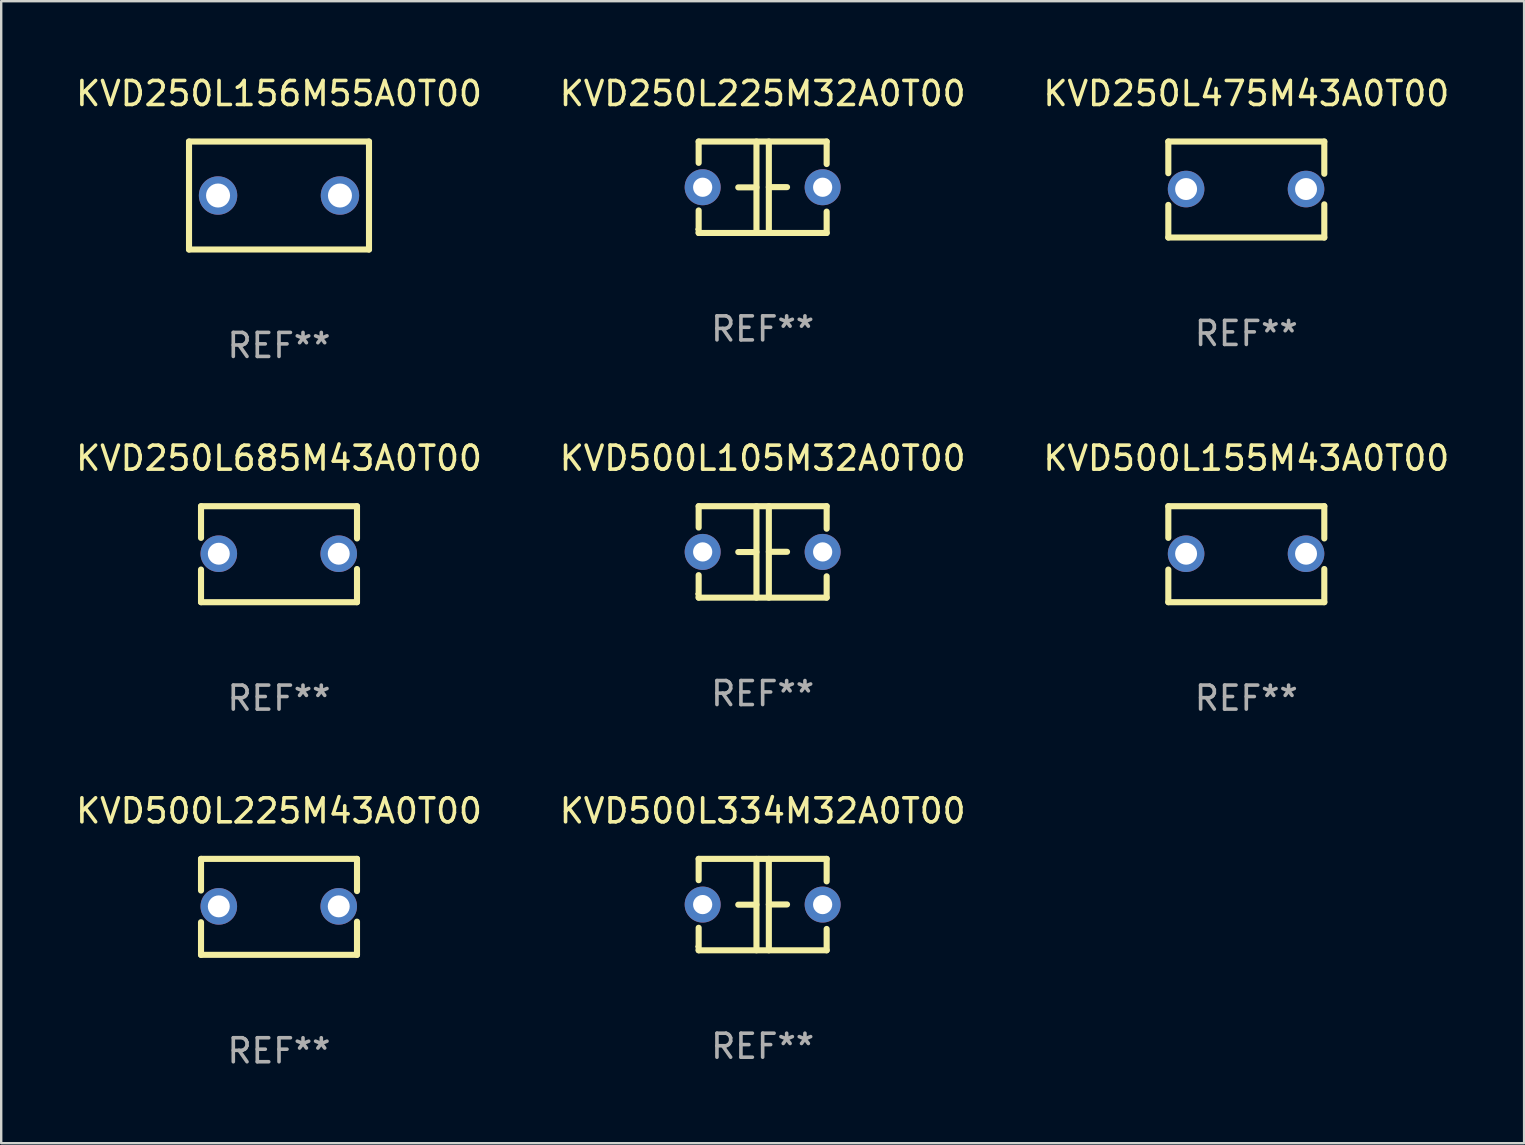
<source format=kicad_pcb>
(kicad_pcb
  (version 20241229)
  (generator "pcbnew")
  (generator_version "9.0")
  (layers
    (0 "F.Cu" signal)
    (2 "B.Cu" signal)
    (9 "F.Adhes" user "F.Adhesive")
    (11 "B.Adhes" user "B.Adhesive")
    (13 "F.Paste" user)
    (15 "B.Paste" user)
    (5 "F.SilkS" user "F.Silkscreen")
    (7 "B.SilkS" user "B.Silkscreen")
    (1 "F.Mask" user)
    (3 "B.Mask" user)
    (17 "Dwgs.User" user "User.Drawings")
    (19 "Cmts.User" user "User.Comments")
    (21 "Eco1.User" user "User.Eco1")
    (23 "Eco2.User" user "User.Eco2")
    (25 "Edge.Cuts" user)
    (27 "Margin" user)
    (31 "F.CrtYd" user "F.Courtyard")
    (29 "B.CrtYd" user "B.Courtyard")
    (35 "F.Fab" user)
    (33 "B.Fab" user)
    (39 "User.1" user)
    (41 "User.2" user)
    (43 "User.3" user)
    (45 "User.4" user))
  (footprint "KVD250L475M43A0T00"
    (layer "F.Cu")
    (at 48.887 4.848)
    (property "Reference" "KVD250L475M43A0T00" (at 0 -4 0) (layer "F.SilkS") (effects (font (size 1 1) (thickness 0.15))))
    (attr through_hole)
    (fp_line (start -3.25 -2) (end -3.25 -0.68) (stroke (width 0.254) (type solid)) (layer "F.SilkS"))
    (fp_line (start -3.25 -2) (end 3.25 -2) (stroke (width 0.254) (type solid)) (layer "F.SilkS"))
    (fp_line (start -3.25 0.64) (end -3.25 2) (stroke (width 0.254) (type solid)) (layer "F.SilkS"))
    (fp_line (start 3.25 -2) (end 3.25 -0.657) (stroke (width 0.254) (type solid)) (layer "F.SilkS"))
    (fp_line (start 3.25 0.617) (end 3.25 2) (stroke (width 0.254) (type solid)) (layer "F.SilkS"))
    (fp_line (start 3.25 2) (end -3.25 2) (stroke (width 0.254) (type solid)) (layer "F.SilkS"))
    (fp_circle (center -3.26 1.98) (end -3.23 1.98) (stroke (width 0.06) (type solid)) (fill no) (layer "F.SilkS"))
    (fp_text user "REF**" (at 0 6 0) (layer "F.Fab") (effects (font (size 1 1) (thickness 0.15))))
    (pad "1" thru_hole circle (at -2.509 -0.02) (size 1.524 1.524) (drill 0.914) (layers "*.Cu" "*.Mask"))
    (pad "2" thru_hole circle (at 2.489 -0.02) (size 1.524 1.524) (drill 0.914) (layers "*.Cu" "*.Mask")))
  (footprint "KVD500L155M43A0T00"
    (layer "F.Cu")
    (at 48.887 20.045)
    (property "Reference" "KVD500L155M43A0T00" (at 0 -4 0) (layer "F.SilkS") (effects (font (size 1 1) (thickness 0.15))))
    (attr through_hole)
    (fp_line (start -3.25 -2) (end -3.25 -0.68) (stroke (width 0.254) (type solid)) (layer "F.SilkS"))
    (fp_line (start -3.25 -2) (end 3.25 -2) (stroke (width 0.254) (type solid)) (layer "F.SilkS"))
    (fp_line (start -3.25 0.64) (end -3.25 2) (stroke (width 0.254) (type solid)) (layer "F.SilkS"))
    (fp_line (start 3.25 -2) (end 3.25 -0.657) (stroke (width 0.254) (type solid)) (layer "F.SilkS"))
    (fp_line (start 3.25 0.617) (end 3.25 2) (stroke (width 0.254) (type solid)) (layer "F.SilkS"))
    (fp_line (start 3.25 2) (end -3.25 2) (stroke (width 0.254) (type solid)) (layer "F.SilkS"))
    (fp_circle (center -3.26 1.98) (end -3.23 1.98) (stroke (width 0.06) (type solid)) (fill no) (layer "F.SilkS"))
    (fp_text user "REF**" (at 0 6 0) (layer "F.Fab") (effects (font (size 1 1) (thickness 0.15))))
    (pad "1" thru_hole circle (at -2.509 -0.02) (size 1.524 1.524) (drill 0.914) (layers "*.Cu" "*.Mask"))
    (pad "2" thru_hole circle (at 2.489 -0.02) (size 1.524 1.524) (drill 0.914) (layers "*.Cu" "*.Mask")))
  (footprint "KVD500L105M32A0T00"
    (layer "F.Cu")
    (at 28.732 19.95)
    (property "Reference" "KVD500L105M32A0T00" (at 0 -3.905 0) (layer "F.SilkS") (effects (font (size 1 1) (thickness 0.15))))
    (attr through_hole)
    (fp_line (start -2.667 -1.905) (end -2.667 -1.016) (stroke (width 0.254) (type solid)) (layer "F.SilkS"))
    (fp_line (start -2.667 0.967) (end -2.667 1.905) (stroke (width 0.254) (type solid)) (layer "F.SilkS"))
    (fp_line (start -2.667 1.905) (end 2.667 1.905) (stroke (width 0.254) (type solid)) (layer "F.SilkS"))
    (fp_line (start -0.258 0.005) (end -1.016 0.005) (stroke (width 0.254) (type solid)) (layer "F.SilkS"))
    (fp_line (start -0.258 1.905) (end -0.258 -1.905) (stroke (width 0.254) (type solid)) (layer "F.SilkS"))
    (fp_line (start 0.258 -1.905) (end 0.258 1.905) (stroke (width 0.254) (type solid)) (layer "F.SilkS"))
    (fp_line (start 0.258 -0.005) (end 1.016 -0.005) (stroke (width 0.254) (type solid)) (layer "F.SilkS"))
    (fp_line (start 2.667 -1.905) (end -2.667 -1.905) (stroke (width 0.254) (type solid)) (layer "F.SilkS"))
    (fp_line (start 2.667 -0.967) (end 2.667 -1.905) (stroke (width 0.254) (type solid)) (layer "F.SilkS"))
    (fp_line (start 2.667 1.905) (end 2.667 1.016) (stroke (width 0.254) (type solid)) (layer "F.SilkS"))
    (fp_circle (center -2.75 1.75) (end -2.72 1.75) (stroke (width 0.06) (type solid)) (fill no) (layer "F.SilkS"))
    (fp_text user "REF**" (at 0 5.905 0) (layer "F.Fab") (effects (font (size 1 1) (thickness 0.15))))
    (pad "1" thru_hole circle (at -2.5 0) (size 1.5 1.5) (drill 0.8) (layers "*.Cu" "*.Mask"))
    (pad "2" thru_hole circle (at 2.5 0) (size 1.5 1.5) (drill 0.8) (layers "*.Cu" "*.Mask")))
  (footprint "KVD500L225M43A0T00"
    (layer "F.Cu")
    (at 8.577 34.741)
    (property "Reference" "KVD500L225M43A0T00" (at 0 -4 0) (layer "F.SilkS") (effects (font (size 1 1) (thickness 0.15))))
    (attr through_hole)
    (fp_line (start -3.25 -2) (end -3.25 -0.68) (stroke (width 0.254) (type solid)) (layer "F.SilkS"))
    (fp_line (start -3.25 -2) (end 3.25 -2) (stroke (width 0.254) (type solid)) (layer "F.SilkS"))
    (fp_line (start -3.25 0.64) (end -3.25 2) (stroke (width 0.254) (type solid)) (layer "F.SilkS"))
    (fp_line (start 3.25 -2) (end 3.25 -0.657) (stroke (width 0.254) (type solid)) (layer "F.SilkS"))
    (fp_line (start 3.25 0.617) (end 3.25 2) (stroke (width 0.254) (type solid)) (layer "F.SilkS"))
    (fp_line (start 3.25 2) (end -3.25 2) (stroke (width 0.254) (type solid)) (layer "F.SilkS"))
    (fp_circle (center -3.26 1.98) (end -3.23 1.98) (stroke (width 0.06) (type solid)) (fill no) (layer "F.SilkS"))
    (fp_text user "REF**" (at 0 6 0) (layer "F.Fab") (effects (font (size 1 1) (thickness 0.15))))
    (pad "1" thru_hole circle (at -2.509 -0.02) (size 1.524 1.524) (drill 0.914) (layers "*.Cu" "*.Mask"))
    (pad "2" thru_hole circle (at 2.489 -0.02) (size 1.524 1.524) (drill 0.914) (layers "*.Cu" "*.Mask")))
  (footprint "KVD250L685M43A0T00"
    (layer "F.Cu")
    (at 8.577 20.045)
    (property "Reference" "KVD250L685M43A0T00" (at 0 -4 0) (layer "F.SilkS") (effects (font (size 1 1) (thickness 0.15))))
    (attr through_hole)
    (fp_line (start -3.25 -2) (end -3.25 -0.68) (stroke (width 0.254) (type solid)) (layer "F.SilkS"))
    (fp_line (start -3.25 -2) (end 3.25 -2) (stroke (width 0.254) (type solid)) (layer "F.SilkS"))
    (fp_line (start -3.25 0.64) (end -3.25 2) (stroke (width 0.254) (type solid)) (layer "F.SilkS"))
    (fp_line (start 3.25 -2) (end 3.25 -0.657) (stroke (width 0.254) (type solid)) (layer "F.SilkS"))
    (fp_line (start 3.25 0.617) (end 3.25 2) (stroke (width 0.254) (type solid)) (layer "F.SilkS"))
    (fp_line (start 3.25 2) (end -3.25 2) (stroke (width 0.254) (type solid)) (layer "F.SilkS"))
    (fp_circle (center -3.26 1.98) (end -3.23 1.98) (stroke (width 0.06) (type solid)) (fill no) (layer "F.SilkS"))
    (fp_text user "REF**" (at 0 6 0) (layer "F.Fab") (effects (font (size 1 1) (thickness 0.15))))
    (pad "1" thru_hole circle (at -2.509 -0.02) (size 1.524 1.524) (drill 0.914) (layers "*.Cu" "*.Mask"))
    (pad "2" thru_hole circle (at 2.489 -0.02) (size 1.524 1.524) (drill 0.914) (layers "*.Cu" "*.Mask")))
  (footprint "KVD250L156M55A0T00"
    (layer "F.Cu")
    (at 8.577 5.098)
    (property "Reference" "KVD250L156M55A0T00" (at 0 -4.25 0) (layer "F.SilkS") (effects (font (size 1 1) (thickness 0.15))))
    (attr through_hole)
    (fp_line (start -3.75 -2.25) (end -3.75 2.25) (stroke (width 0.254) (type solid)) (layer "F.SilkS"))
    (fp_line (start -3.75 -2.25) (end 3.75 -2.25) (stroke (width 0.254) (type solid)) (layer "F.SilkS"))
    (fp_line (start 3.75 -2.25) (end 3.75 2.25) (stroke (width 0.254) (type solid)) (layer "F.SilkS"))
    (fp_line (start 3.75 2.25) (end -3.75 2.25) (stroke (width 0.254) (type solid)) (layer "F.SilkS"))
    (fp_circle (center -3.75 2.25) (end -3.72 2.25) (stroke (width 0.06) (type solid)) (fill no) (layer "F.SilkS"))
    (fp_text user "REF**" (at 0 6.25 0) (layer "F.Fab") (effects (font (size 1 1) (thickness 0.15))))
    (pad "1" thru_hole circle (at -2.54 0) (size 1.6 1.6) (drill 1) (layers "*.Cu" "*.Mask"))
    (pad "2" thru_hole circle (at 2.54 0) (size 1.6 1.6) (drill 1) (layers "*.Cu" "*.Mask")))
  (footprint "KVD250L225M32A0T00"
    (layer "F.Cu")
    (at 28.732 4.753)
    (property "Reference" "KVD250L225M32A0T00" (at 0 -3.905 0) (layer "F.SilkS") (effects (font (size 1 1) (thickness 0.15))))
    (attr through_hole)
    (fp_line (start -2.667 -1.905) (end -2.667 -1.016) (stroke (width 0.254) (type solid)) (layer "F.SilkS"))
    (fp_line (start -2.667 0.967) (end -2.667 1.905) (stroke (width 0.254) (type solid)) (layer "F.SilkS"))
    (fp_line (start -2.667 1.905) (end 2.667 1.905) (stroke (width 0.254) (type solid)) (layer "F.SilkS"))
    (fp_line (start -0.258 0.005) (end -1.016 0.005) (stroke (width 0.254) (type solid)) (layer "F.SilkS"))
    (fp_line (start -0.258 1.905) (end -0.258 -1.905) (stroke (width 0.254) (type solid)) (layer "F.SilkS"))
    (fp_line (start 0.258 -1.905) (end 0.258 1.905) (stroke (width 0.254) (type solid)) (layer "F.SilkS"))
    (fp_line (start 0.258 -0.005) (end 1.016 -0.005) (stroke (width 0.254) (type solid)) (layer "F.SilkS"))
    (fp_line (start 2.667 -1.905) (end -2.667 -1.905) (stroke (width 0.254) (type solid)) (layer "F.SilkS"))
    (fp_line (start 2.667 -0.967) (end 2.667 -1.905) (stroke (width 0.254) (type solid)) (layer "F.SilkS"))
    (fp_line (start 2.667 1.905) (end 2.667 1.016) (stroke (width 0.254) (type solid)) (layer "F.SilkS"))
    (fp_circle (center -2.75 1.75) (end -2.72 1.75) (stroke (width 0.06) (type solid)) (fill no) (layer "F.SilkS"))
    (fp_text user "REF**" (at 0 5.905 0) (layer "F.Fab") (effects (font (size 1 1) (thickness 0.15))))
    (pad "1" thru_hole circle (at -2.5 0) (size 1.5 1.5) (drill 0.8) (layers "*.Cu" "*.Mask"))
    (pad "2" thru_hole circle (at 2.5 0) (size 1.5 1.5) (drill 0.8) (layers "*.Cu" "*.Mask")))
  (footprint "KVD500L334M32A0T00"
    (layer "F.Cu")
    (at 28.732 34.646)
    (property "Reference" "KVD500L334M32A0T00" (at 0 -3.905 0) (layer "F.SilkS") (effects (font (size 1 1) (thickness 0.15))))
    (attr through_hole)
    (fp_line (start -2.667 -1.905) (end -2.667 -1.016) (stroke (width 0.254) (type solid)) (layer "F.SilkS"))
    (fp_line (start -2.667 0.967) (end -2.667 1.905) (stroke (width 0.254) (type solid)) (layer "F.SilkS"))
    (fp_line (start -2.667 1.905) (end 2.667 1.905) (stroke (width 0.254) (type solid)) (layer "F.SilkS"))
    (fp_line (start -0.258 0.005) (end -1.016 0.005) (stroke (width 0.254) (type solid)) (layer "F.SilkS"))
    (fp_line (start -0.258 1.905) (end -0.258 -1.905) (stroke (width 0.254) (type solid)) (layer "F.SilkS"))
    (fp_line (start 0.258 -1.905) (end 0.258 1.905) (stroke (width 0.254) (type solid)) (layer "F.SilkS"))
    (fp_line (start 0.258 -0.005) (end 1.016 -0.005) (stroke (width 0.254) (type solid)) (layer "F.SilkS"))
    (fp_line (start 2.667 -1.905) (end -2.667 -1.905) (stroke (width 0.254) (type solid)) (layer "F.SilkS"))
    (fp_line (start 2.667 -0.967) (end 2.667 -1.905) (stroke (width 0.254) (type solid)) (layer "F.SilkS"))
    (fp_line (start 2.667 1.905) (end 2.667 1.016) (stroke (width 0.254) (type solid)) (layer "F.SilkS"))
    (fp_circle (center -2.75 1.75) (end -2.72 1.75) (stroke (width 0.06) (type solid)) (fill no) (layer "F.SilkS"))
    (fp_text user "REF**" (at 0 5.905 0) (layer "F.Fab") (effects (font (size 1 1) (thickness 0.15))))
    (pad "1" thru_hole circle (at -2.5 0) (size 1.5 1.5) (drill 0.8) (layers "*.Cu" "*.Mask"))
    (pad "2" thru_hole circle (at 2.5 0) (size 1.5 1.5) (drill 0.8) (layers "*.Cu" "*.Mask")))
  (gr_rect
    (start -3 -3)
    (end 60.464 44.59)
    (stroke (width 0.1) (type default))
    (fill no)
    (layer "Edge.Cuts")))
</source>
